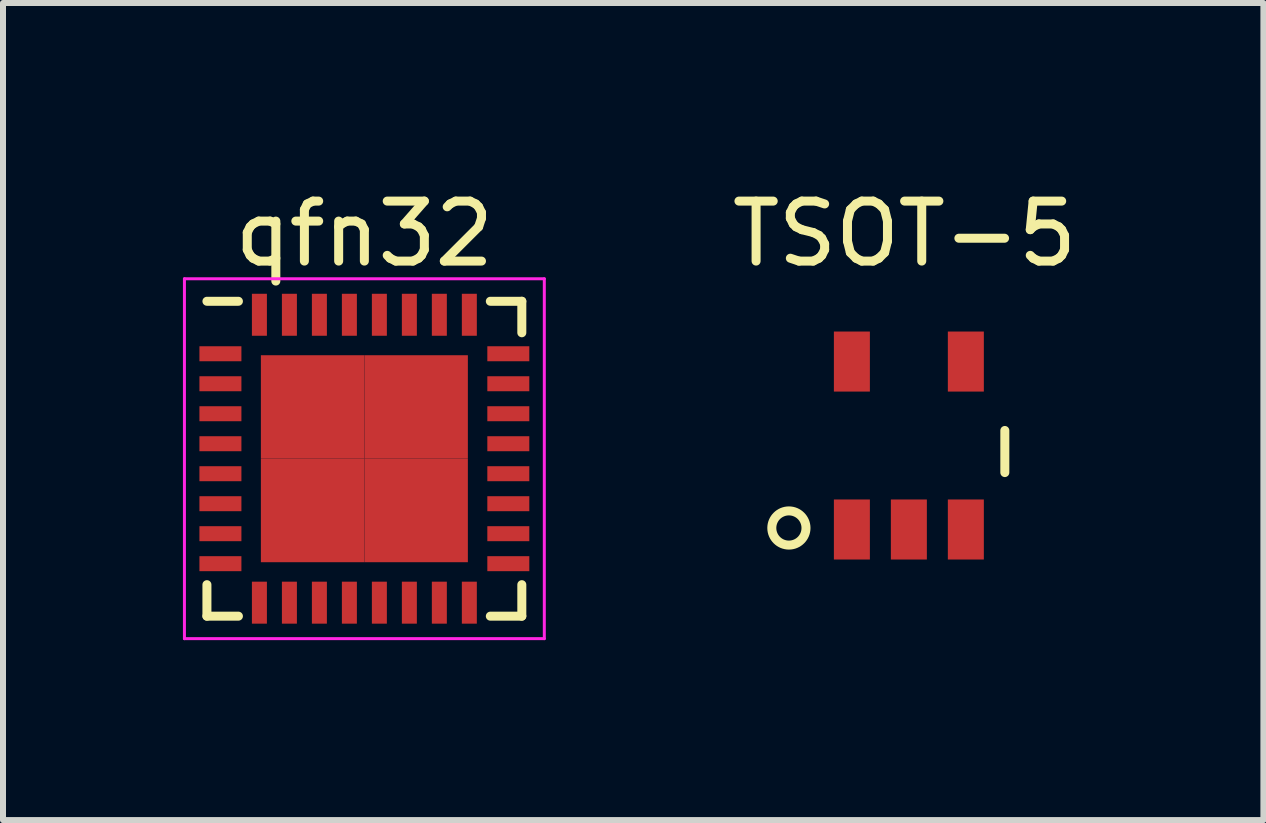
<source format=kicad_pcb>
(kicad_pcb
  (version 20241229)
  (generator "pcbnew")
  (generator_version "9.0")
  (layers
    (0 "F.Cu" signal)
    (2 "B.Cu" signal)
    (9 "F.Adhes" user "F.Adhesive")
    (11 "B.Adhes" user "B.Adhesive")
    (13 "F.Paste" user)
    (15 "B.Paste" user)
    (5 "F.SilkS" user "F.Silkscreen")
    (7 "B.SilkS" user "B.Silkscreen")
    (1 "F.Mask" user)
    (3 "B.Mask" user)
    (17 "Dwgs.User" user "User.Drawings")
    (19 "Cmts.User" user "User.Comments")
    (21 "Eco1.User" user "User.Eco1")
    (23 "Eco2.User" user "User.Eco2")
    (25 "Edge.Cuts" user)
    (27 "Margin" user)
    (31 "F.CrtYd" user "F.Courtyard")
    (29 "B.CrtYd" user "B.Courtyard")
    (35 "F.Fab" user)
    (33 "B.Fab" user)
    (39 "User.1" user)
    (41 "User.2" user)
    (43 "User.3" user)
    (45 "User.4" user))
  (footprint "TSOT-5"
    (layer "F.Cu")
    (at 12.103 4.478)
    (property "Reference" "TSOT-5" (at -0.071 -3.63 0) (layer "F.SilkS") (effects (font (size 1 1) (thickness 0.15))))
    (attr smd)
    (fp_line (start 1.6 -0.351) (end 1.6 0.351) (stroke (width 0.15) (type solid)) (layer "F.SilkS"))
    (fp_circle (center -2 1.275) (end -1.825 1.5) (stroke (width 0.15) (type solid)) (fill no) (layer "F.SilkS"))
    (pad "1" smd rect (at -0.95 1.3) (size 0.6 1.001) (layers "F.Cu" "F.Mask" "F.Paste"))
    (pad "2" smd rect (at 0 1.3) (size 0.6 1.001) (layers "F.Cu" "F.Mask" "F.Paste"))
    (pad "3" smd rect (at 0.95 1.3) (size 0.6 1.001) (layers "F.Cu" "F.Mask" "F.Paste"))
    (pad "4" smd rect (at 0.95 -1.5) (size 0.6 1.001) (layers "F.Cu" "F.Mask" "F.Paste"))
    (pad "5" smd rect (at -0.95 -1.5) (size 0.6 1.001) (layers "F.Cu" "F.Mask" "F.Paste")))
  (footprint "qfn32"
    (layer "F.Cu")
    (at 3.025 4.598)
    (property "Reference" "qfn32" (at 0 -3.75 0) (layer "F.SilkS") (effects (font (size 1 1) (thickness 0.15))))
    (attr smd)
    (fp_line (start -2.625 -2.625) (end -2.1 -2.625) (stroke (width 0.15) (type solid)) (layer "F.SilkS"))
    (fp_line (start -2.625 2.625) (end -2.625 2.1) (stroke (width 0.15) (type solid)) (layer "F.SilkS"))
    (fp_line (start -2.625 2.625) (end -2.1 2.625) (stroke (width 0.15) (type solid)) (layer "F.SilkS"))
    (fp_line (start 2.625 -2.625) (end 2.1 -2.625) (stroke (width 0.15) (type solid)) (layer "F.SilkS"))
    (fp_line (start 2.625 -2.625) (end 2.625 -2.1) (stroke (width 0.15) (type solid)) (layer "F.SilkS"))
    (fp_line (start 2.625 2.625) (end 2.1 2.625) (stroke (width 0.15) (type solid)) (layer "F.SilkS"))
    (fp_line (start 2.625 2.625) (end 2.625 2.1) (stroke (width 0.15) (type solid)) (layer "F.SilkS"))
    (fp_line (start -3 -3) (end -3 3) (stroke (width 0.05) (type solid)) (layer "F.CrtYd"))
    (fp_line (start -3 -3) (end 3 -3) (stroke (width 0.05) (type solid)) (layer "F.CrtYd"))
    (fp_line (start -3 3) (end 3 3) (stroke (width 0.05) (type solid)) (layer "F.CrtYd"))
    (fp_line (start 3 -3) (end 3 3) (stroke (width 0.05) (type solid)) (layer "F.CrtYd"))
    (pad "1" smd rect (at -2.4 -1.75) (size 0.7 0.25) (layers "F.Cu" "F.Mask" "F.Paste"))
    (pad "2" smd rect (at -2.4 -1.25) (size 0.7 0.25) (layers "F.Cu" "F.Mask" "F.Paste"))
    (pad "3" smd rect (at -2.4 -0.75) (size 0.7 0.25) (layers "F.Cu" "F.Mask" "F.Paste"))
    (pad "4" smd rect (at -2.4 -0.25) (size 0.7 0.25) (layers "F.Cu" "F.Mask" "F.Paste"))
    (pad "5" smd rect (at -2.4 0.25) (size 0.7 0.25) (layers "F.Cu" "F.Mask" "F.Paste"))
    (pad "6" smd rect (at -2.4 0.75) (size 0.7 0.25) (layers "F.Cu" "F.Mask" "F.Paste"))
    (pad "7" smd rect (at -2.4 1.25) (size 0.7 0.25) (layers "F.Cu" "F.Mask" "F.Paste"))
    (pad "8" smd rect (at -2.4 1.75) (size 0.7 0.25) (layers "F.Cu" "F.Mask" "F.Paste"))
    (pad "9" smd rect (at -1.75 2.4 90) (size 0.7 0.25) (layers "F.Cu" "F.Mask" "F.Paste"))
    (pad "10" smd rect (at -1.25 2.4 90) (size 0.7 0.25) (layers "F.Cu" "F.Mask" "F.Paste"))
    (pad "11" smd rect (at -0.75 2.4 90) (size 0.7 0.25) (layers "F.Cu" "F.Mask" "F.Paste"))
    (pad "12" smd rect (at -0.25 2.4 90) (size 0.7 0.25) (layers "F.Cu" "F.Mask" "F.Paste"))
    (pad "13" smd rect (at 0.25 2.4 90) (size 0.7 0.25) (layers "F.Cu" "F.Mask" "F.Paste"))
    (pad "14" smd rect (at 0.75 2.4 90) (size 0.7 0.25) (layers "F.Cu" "F.Mask" "F.Paste"))
    (pad "15" smd rect (at 1.25 2.4 90) (size 0.7 0.25) (layers "F.Cu" "F.Mask" "F.Paste"))
    (pad "16" smd rect (at 1.75 2.4 90) (size 0.7 0.25) (layers "F.Cu" "F.Mask" "F.Paste"))
    (pad "17" smd rect (at 2.4 1.75) (size 0.7 0.25) (layers "F.Cu" "F.Mask" "F.Paste"))
    (pad "18" smd rect (at 2.4 1.25) (size 0.7 0.25) (layers "F.Cu" "F.Mask" "F.Paste"))
    (pad "19" smd rect (at 2.4 0.75) (size 0.7 0.25) (layers "F.Cu" "F.Mask" "F.Paste"))
    (pad "20" smd rect (at 2.4 0.25) (size 0.7 0.25) (layers "F.Cu" "F.Mask" "F.Paste"))
    (pad "21" smd rect (at 2.4 -0.25) (size 0.7 0.25) (layers "F.Cu" "F.Mask" "F.Paste"))
    (pad "22" smd rect (at 2.4 -0.75) (size 0.7 0.25) (layers "F.Cu" "F.Mask" "F.Paste"))
    (pad "23" smd rect (at 2.4 -1.25) (size 0.7 0.25) (layers "F.Cu" "F.Mask" "F.Paste"))
    (pad "24" smd rect (at 2.4 -1.75) (size 0.7 0.25) (layers "F.Cu" "F.Mask" "F.Paste"))
    (pad "25" smd rect (at 1.75 -2.4 90) (size 0.7 0.25) (layers "F.Cu" "F.Mask" "F.Paste"))
    (pad "26" smd rect (at 1.25 -2.4 90) (size 0.7 0.25) (layers "F.Cu" "F.Mask" "F.Paste"))
    (pad "27" smd rect (at 0.75 -2.4 90) (size 0.7 0.25) (layers "F.Cu" "F.Mask" "F.Paste"))
    (pad "28" smd rect (at 0.25 -2.4 90) (size 0.7 0.25) (layers "F.Cu" "F.Mask" "F.Paste"))
    (pad "29" smd rect (at -0.25 -2.4 90) (size 0.7 0.25) (layers "F.Cu" "F.Mask" "F.Paste"))
    (pad "30" smd rect (at -0.75 -2.4 90) (size 0.7 0.25) (layers "F.Cu" "F.Mask" "F.Paste"))
    (pad "31" smd rect (at -1.25 -2.4 90) (size 0.7 0.25) (layers "F.Cu" "F.Mask" "F.Paste"))
    (pad "32" smd rect (at -1.75 -2.4 90) (size 0.7 0.25) (layers "F.Cu" "F.Mask" "F.Paste"))
    (pad "33" smd rect (at -0.863 -0.863) (size 1.725 1.725) (layers "F.Cu" "F.Mask" "F.Paste"))
    (pad "33" smd rect (at -0.863 0.863) (size 1.725 1.725) (layers "F.Cu" "F.Mask" "F.Paste"))
    (pad "33" smd rect (at 0.863 -0.863) (size 1.725 1.725) (layers "F.Cu" "F.Mask" "F.Paste"))
    (pad "33" smd rect (at 0.863 0.863) (size 1.725 1.725) (layers "F.Cu" "F.Mask" "F.Paste")))
  (gr_rect
    (start -3 -3)
    (end 18.014 10.623)
    (stroke (width 0.1) (type default))
    (fill no)
    (layer "Edge.Cuts")))
</source>
